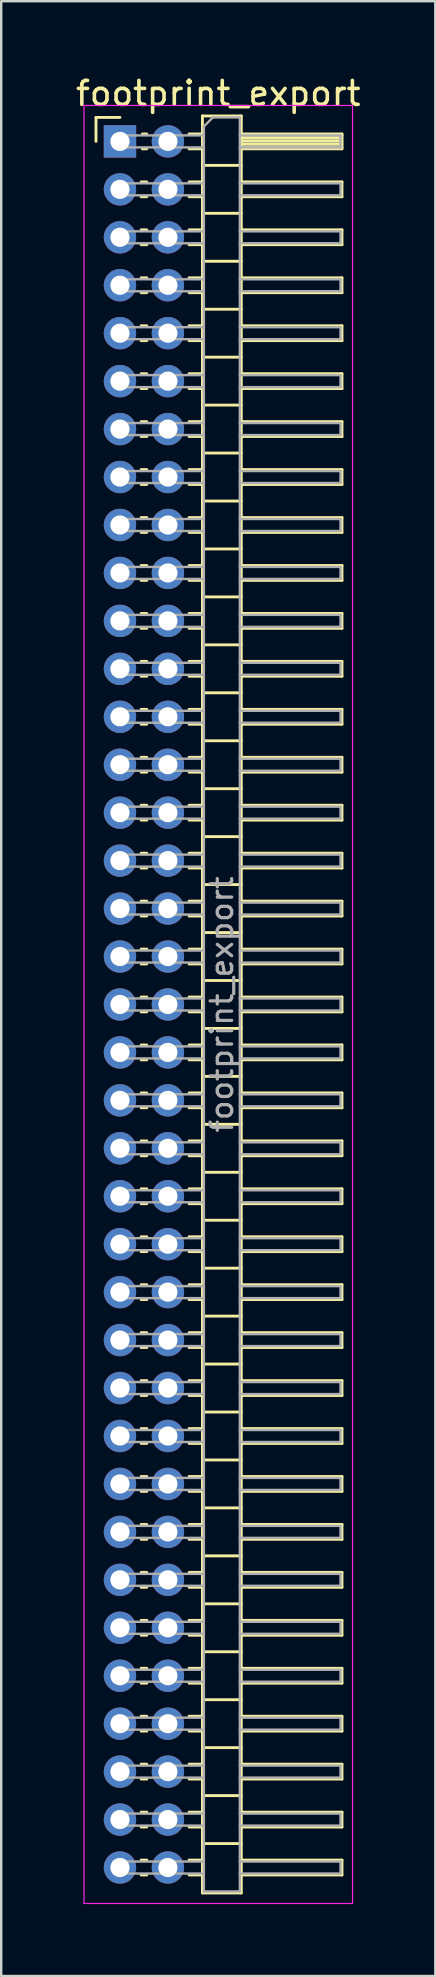
<source format=kicad_pcb>
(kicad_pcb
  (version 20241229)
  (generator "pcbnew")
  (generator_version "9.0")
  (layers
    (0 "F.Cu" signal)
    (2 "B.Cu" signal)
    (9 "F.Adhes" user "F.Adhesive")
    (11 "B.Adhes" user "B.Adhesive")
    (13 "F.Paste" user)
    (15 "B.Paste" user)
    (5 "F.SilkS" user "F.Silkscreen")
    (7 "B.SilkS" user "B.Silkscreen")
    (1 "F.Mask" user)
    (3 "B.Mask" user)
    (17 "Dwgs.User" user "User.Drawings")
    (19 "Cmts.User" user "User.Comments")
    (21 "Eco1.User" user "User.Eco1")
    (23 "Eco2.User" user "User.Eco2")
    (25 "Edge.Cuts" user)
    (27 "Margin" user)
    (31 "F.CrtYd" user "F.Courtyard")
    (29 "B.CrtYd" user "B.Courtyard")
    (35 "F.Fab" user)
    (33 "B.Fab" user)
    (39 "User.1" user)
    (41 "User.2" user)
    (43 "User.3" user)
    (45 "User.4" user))
  (footprint "footprint_export"
    (layer "F.Cu")
    (at 1.954 2.848)
    (property "Reference" "footprint_export" (at 4.1 -2 0) (layer "F.SilkS") (effects (font (size 1 1) (thickness 0.15))))
    (attr through_hole)
    (fp_line (start -1 -1) (end 0 -1) (stroke (width 0.12) (type solid)) (layer "F.SilkS"))
    (fp_line (start -1 0) (end -1 -1) (stroke (width 0.12) (type solid)) (layer "F.SilkS"))
    (fp_line (start 0.882 1.69) (end 1.118 1.69) (stroke (width 0.12) (type solid)) (layer "F.SilkS"))
    (fp_line (start 0.882 2.31) (end 1.118 2.31) (stroke (width 0.12) (type solid)) (layer "F.SilkS"))
    (fp_line (start 0.882 3.69) (end 1.118 3.69) (stroke (width 0.12) (type solid)) (layer "F.SilkS"))
    (fp_line (start 0.882 4.31) (end 1.118 4.31) (stroke (width 0.12) (type solid)) (layer "F.SilkS"))
    (fp_line (start 0.882 5.69) (end 1.118 5.69) (stroke (width 0.12) (type solid)) (layer "F.SilkS"))
    (fp_line (start 0.882 6.31) (end 1.118 6.31) (stroke (width 0.12) (type solid)) (layer "F.SilkS"))
    (fp_line (start 0.882 7.69) (end 1.118 7.69) (stroke (width 0.12) (type solid)) (layer "F.SilkS"))
    (fp_line (start 0.882 8.31) (end 1.118 8.31) (stroke (width 0.12) (type solid)) (layer "F.SilkS"))
    (fp_line (start 0.882 9.69) (end 1.118 9.69) (stroke (width 0.12) (type solid)) (layer "F.SilkS"))
    (fp_line (start 0.882 10.31) (end 1.118 10.31) (stroke (width 0.12) (type solid)) (layer "F.SilkS"))
    (fp_line (start 0.882 11.69) (end 1.118 11.69) (stroke (width 0.12) (type solid)) (layer "F.SilkS"))
    (fp_line (start 0.882 12.31) (end 1.118 12.31) (stroke (width 0.12) (type solid)) (layer "F.SilkS"))
    (fp_line (start 0.882 13.69) (end 1.118 13.69) (stroke (width 0.12) (type solid)) (layer "F.SilkS"))
    (fp_line (start 0.882 14.31) (end 1.118 14.31) (stroke (width 0.12) (type solid)) (layer "F.SilkS"))
    (fp_line (start 0.882 15.69) (end 1.118 15.69) (stroke (width 0.12) (type solid)) (layer "F.SilkS"))
    (fp_line (start 0.882 16.31) (end 1.118 16.31) (stroke (width 0.12) (type solid)) (layer "F.SilkS"))
    (fp_line (start 0.882 17.69) (end 1.118 17.69) (stroke (width 0.12) (type solid)) (layer "F.SilkS"))
    (fp_line (start 0.882 18.31) (end 1.118 18.31) (stroke (width 0.12) (type solid)) (layer "F.SilkS"))
    (fp_line (start 0.882 19.69) (end 1.118 19.69) (stroke (width 0.12) (type solid)) (layer "F.SilkS"))
    (fp_line (start 0.882 20.31) (end 1.118 20.31) (stroke (width 0.12) (type solid)) (layer "F.SilkS"))
    (fp_line (start 0.882 21.69) (end 1.118 21.69) (stroke (width 0.12) (type solid)) (layer "F.SilkS"))
    (fp_line (start 0.882 22.31) (end 1.118 22.31) (stroke (width 0.12) (type solid)) (layer "F.SilkS"))
    (fp_line (start 0.882 23.69) (end 1.118 23.69) (stroke (width 0.12) (type solid)) (layer "F.SilkS"))
    (fp_line (start 0.882 24.31) (end 1.118 24.31) (stroke (width 0.12) (type solid)) (layer "F.SilkS"))
    (fp_line (start 0.882 25.69) (end 1.118 25.69) (stroke (width 0.12) (type solid)) (layer "F.SilkS"))
    (fp_line (start 0.882 26.31) (end 1.118 26.31) (stroke (width 0.12) (type solid)) (layer "F.SilkS"))
    (fp_line (start 0.882 27.69) (end 1.118 27.69) (stroke (width 0.12) (type solid)) (layer "F.SilkS"))
    (fp_line (start 0.882 28.31) (end 1.118 28.31) (stroke (width 0.12) (type solid)) (layer "F.SilkS"))
    (fp_line (start 0.882 29.69) (end 1.118 29.69) (stroke (width 0.12) (type solid)) (layer "F.SilkS"))
    (fp_line (start 0.882 30.31) (end 1.118 30.31) (stroke (width 0.12) (type solid)) (layer "F.SilkS"))
    (fp_line (start 0.882 31.69) (end 1.118 31.69) (stroke (width 0.12) (type solid)) (layer "F.SilkS"))
    (fp_line (start 0.882 32.31) (end 1.118 32.31) (stroke (width 0.12) (type solid)) (layer "F.SilkS"))
    (fp_line (start 0.882 33.69) (end 1.118 33.69) (stroke (width 0.12) (type solid)) (layer "F.SilkS"))
    (fp_line (start 0.882 34.31) (end 1.118 34.31) (stroke (width 0.12) (type solid)) (layer "F.SilkS"))
    (fp_line (start 0.882 35.69) (end 1.118 35.69) (stroke (width 0.12) (type solid)) (layer "F.SilkS"))
    (fp_line (start 0.882 36.31) (end 1.118 36.31) (stroke (width 0.12) (type solid)) (layer "F.SilkS"))
    (fp_line (start 0.882 37.69) (end 1.118 37.69) (stroke (width 0.12) (type solid)) (layer "F.SilkS"))
    (fp_line (start 0.882 38.31) (end 1.118 38.31) (stroke (width 0.12) (type solid)) (layer "F.SilkS"))
    (fp_line (start 0.882 39.69) (end 1.118 39.69) (stroke (width 0.12) (type solid)) (layer "F.SilkS"))
    (fp_line (start 0.882 40.31) (end 1.118 40.31) (stroke (width 0.12) (type solid)) (layer "F.SilkS"))
    (fp_line (start 0.882 41.69) (end 1.118 41.69) (stroke (width 0.12) (type solid)) (layer "F.SilkS"))
    (fp_line (start 0.882 42.31) (end 1.118 42.31) (stroke (width 0.12) (type solid)) (layer "F.SilkS"))
    (fp_line (start 0.882 43.69) (end 1.118 43.69) (stroke (width 0.12) (type solid)) (layer "F.SilkS"))
    (fp_line (start 0.882 44.31) (end 1.118 44.31) (stroke (width 0.12) (type solid)) (layer "F.SilkS"))
    (fp_line (start 0.882 45.69) (end 1.118 45.69) (stroke (width 0.12) (type solid)) (layer "F.SilkS"))
    (fp_line (start 0.882 46.31) (end 1.118 46.31) (stroke (width 0.12) (type solid)) (layer "F.SilkS"))
    (fp_line (start 0.882 47.69) (end 1.118 47.69) (stroke (width 0.12) (type solid)) (layer "F.SilkS"))
    (fp_line (start 0.882 48.31) (end 1.118 48.31) (stroke (width 0.12) (type solid)) (layer "F.SilkS"))
    (fp_line (start 0.882 49.69) (end 1.118 49.69) (stroke (width 0.12) (type solid)) (layer "F.SilkS"))
    (fp_line (start 0.882 50.31) (end 1.118 50.31) (stroke (width 0.12) (type solid)) (layer "F.SilkS"))
    (fp_line (start 0.882 51.69) (end 1.118 51.69) (stroke (width 0.12) (type solid)) (layer "F.SilkS"))
    (fp_line (start 0.882 52.31) (end 1.118 52.31) (stroke (width 0.12) (type solid)) (layer "F.SilkS"))
    (fp_line (start 0.882 53.69) (end 1.118 53.69) (stroke (width 0.12) (type solid)) (layer "F.SilkS"))
    (fp_line (start 0.882 54.31) (end 1.118 54.31) (stroke (width 0.12) (type solid)) (layer "F.SilkS"))
    (fp_line (start 0.882 55.69) (end 1.118 55.69) (stroke (width 0.12) (type solid)) (layer "F.SilkS"))
    (fp_line (start 0.882 56.31) (end 1.118 56.31) (stroke (width 0.12) (type solid)) (layer "F.SilkS"))
    (fp_line (start 0.882 57.69) (end 1.118 57.69) (stroke (width 0.12) (type solid)) (layer "F.SilkS"))
    (fp_line (start 0.882 58.31) (end 1.118 58.31) (stroke (width 0.12) (type solid)) (layer "F.SilkS"))
    (fp_line (start 0.882 59.69) (end 1.118 59.69) (stroke (width 0.12) (type solid)) (layer "F.SilkS"))
    (fp_line (start 0.882 60.31) (end 1.118 60.31) (stroke (width 0.12) (type solid)) (layer "F.SilkS"))
    (fp_line (start 0.882 61.69) (end 1.118 61.69) (stroke (width 0.12) (type solid)) (layer "F.SilkS"))
    (fp_line (start 0.882 62.31) (end 1.118 62.31) (stroke (width 0.12) (type solid)) (layer "F.SilkS"))
    (fp_line (start 0.882 63.69) (end 1.118 63.69) (stroke (width 0.12) (type solid)) (layer "F.SilkS"))
    (fp_line (start 0.882 64.31) (end 1.118 64.31) (stroke (width 0.12) (type solid)) (layer "F.SilkS"))
    (fp_line (start 0.882 65.69) (end 1.118 65.69) (stroke (width 0.12) (type solid)) (layer "F.SilkS"))
    (fp_line (start 0.882 66.31) (end 1.118 66.31) (stroke (width 0.12) (type solid)) (layer "F.SilkS"))
    (fp_line (start 0.882 67.69) (end 1.118 67.69) (stroke (width 0.12) (type solid)) (layer "F.SilkS"))
    (fp_line (start 0.882 68.31) (end 1.118 68.31) (stroke (width 0.12) (type solid)) (layer "F.SilkS"))
    (fp_line (start 0.882 69.69) (end 1.118 69.69) (stroke (width 0.12) (type solid)) (layer "F.SilkS"))
    (fp_line (start 0.882 70.31) (end 1.118 70.31) (stroke (width 0.12) (type solid)) (layer "F.SilkS"))
    (fp_line (start 0.882 71.69) (end 1.118 71.69) (stroke (width 0.12) (type solid)) (layer "F.SilkS"))
    (fp_line (start 0.882 72.31) (end 1.118 72.31) (stroke (width 0.12) (type solid)) (layer "F.SilkS"))
    (fp_line (start 0.935 -0.31) (end 1.118 -0.31) (stroke (width 0.12) (type solid)) (layer "F.SilkS"))
    (fp_line (start 0.935 0.31) (end 1.118 0.31) (stroke (width 0.12) (type solid)) (layer "F.SilkS"))
    (fp_line (start 2.882 -0.31) (end 3.44 -0.31) (stroke (width 0.12) (type solid)) (layer "F.SilkS"))
    (fp_line (start 2.882 0.31) (end 3.44 0.31) (stroke (width 0.12) (type solid)) (layer "F.SilkS"))
    (fp_line (start 2.882 1.69) (end 3.44 1.69) (stroke (width 0.12) (type solid)) (layer "F.SilkS"))
    (fp_line (start 2.882 2.31) (end 3.44 2.31) (stroke (width 0.12) (type solid)) (layer "F.SilkS"))
    (fp_line (start 2.882 3.69) (end 3.44 3.69) (stroke (width 0.12) (type solid)) (layer "F.SilkS"))
    (fp_line (start 2.882 4.31) (end 3.44 4.31) (stroke (width 0.12) (type solid)) (layer "F.SilkS"))
    (fp_line (start 2.882 5.69) (end 3.44 5.69) (stroke (width 0.12) (type solid)) (layer "F.SilkS"))
    (fp_line (start 2.882 6.31) (end 3.44 6.31) (stroke (width 0.12) (type solid)) (layer "F.SilkS"))
    (fp_line (start 2.882 7.69) (end 3.44 7.69) (stroke (width 0.12) (type solid)) (layer "F.SilkS"))
    (fp_line (start 2.882 8.31) (end 3.44 8.31) (stroke (width 0.12) (type solid)) (layer "F.SilkS"))
    (fp_line (start 2.882 9.69) (end 3.44 9.69) (stroke (width 0.12) (type solid)) (layer "F.SilkS"))
    (fp_line (start 2.882 10.31) (end 3.44 10.31) (stroke (width 0.12) (type solid)) (layer "F.SilkS"))
    (fp_line (start 2.882 11.69) (end 3.44 11.69) (stroke (width 0.12) (type solid)) (layer "F.SilkS"))
    (fp_line (start 2.882 12.31) (end 3.44 12.31) (stroke (width 0.12) (type solid)) (layer "F.SilkS"))
    (fp_line (start 2.882 13.69) (end 3.44 13.69) (stroke (width 0.12) (type solid)) (layer "F.SilkS"))
    (fp_line (start 2.882 14.31) (end 3.44 14.31) (stroke (width 0.12) (type solid)) (layer "F.SilkS"))
    (fp_line (start 2.882 15.69) (end 3.44 15.69) (stroke (width 0.12) (type solid)) (layer "F.SilkS"))
    (fp_line (start 2.882 16.31) (end 3.44 16.31) (stroke (width 0.12) (type solid)) (layer "F.SilkS"))
    (fp_line (start 2.882 17.69) (end 3.44 17.69) (stroke (width 0.12) (type solid)) (layer "F.SilkS"))
    (fp_line (start 2.882 18.31) (end 3.44 18.31) (stroke (width 0.12) (type solid)) (layer "F.SilkS"))
    (fp_line (start 2.882 19.69) (end 3.44 19.69) (stroke (width 0.12) (type solid)) (layer "F.SilkS"))
    (fp_line (start 2.882 20.31) (end 3.44 20.31) (stroke (width 0.12) (type solid)) (layer "F.SilkS"))
    (fp_line (start 2.882 21.69) (end 3.44 21.69) (stroke (width 0.12) (type solid)) (layer "F.SilkS"))
    (fp_line (start 2.882 22.31) (end 3.44 22.31) (stroke (width 0.12) (type solid)) (layer "F.SilkS"))
    (fp_line (start 2.882 23.69) (end 3.44 23.69) (stroke (width 0.12) (type solid)) (layer "F.SilkS"))
    (fp_line (start 2.882 24.31) (end 3.44 24.31) (stroke (width 0.12) (type solid)) (layer "F.SilkS"))
    (fp_line (start 2.882 25.69) (end 3.44 25.69) (stroke (width 0.12) (type solid)) (layer "F.SilkS"))
    (fp_line (start 2.882 26.31) (end 3.44 26.31) (stroke (width 0.12) (type solid)) (layer "F.SilkS"))
    (fp_line (start 2.882 27.69) (end 3.44 27.69) (stroke (width 0.12) (type solid)) (layer "F.SilkS"))
    (fp_line (start 2.882 28.31) (end 3.44 28.31) (stroke (width 0.12) (type solid)) (layer "F.SilkS"))
    (fp_line (start 2.882 29.69) (end 3.44 29.69) (stroke (width 0.12) (type solid)) (layer "F.SilkS"))
    (fp_line (start 2.882 30.31) (end 3.44 30.31) (stroke (width 0.12) (type solid)) (layer "F.SilkS"))
    (fp_line (start 2.882 31.69) (end 3.44 31.69) (stroke (width 0.12) (type solid)) (layer "F.SilkS"))
    (fp_line (start 2.882 32.31) (end 3.44 32.31) (stroke (width 0.12) (type solid)) (layer "F.SilkS"))
    (fp_line (start 2.882 33.69) (end 3.44 33.69) (stroke (width 0.12) (type solid)) (layer "F.SilkS"))
    (fp_line (start 2.882 34.31) (end 3.44 34.31) (stroke (width 0.12) (type solid)) (layer "F.SilkS"))
    (fp_line (start 2.882 35.69) (end 3.44 35.69) (stroke (width 0.12) (type solid)) (layer "F.SilkS"))
    (fp_line (start 2.882 36.31) (end 3.44 36.31) (stroke (width 0.12) (type solid)) (layer "F.SilkS"))
    (fp_line (start 2.882 37.69) (end 3.44 37.69) (stroke (width 0.12) (type solid)) (layer "F.SilkS"))
    (fp_line (start 2.882 38.31) (end 3.44 38.31) (stroke (width 0.12) (type solid)) (layer "F.SilkS"))
    (fp_line (start 2.882 39.69) (end 3.44 39.69) (stroke (width 0.12) (type solid)) (layer "F.SilkS"))
    (fp_line (start 2.882 40.31) (end 3.44 40.31) (stroke (width 0.12) (type solid)) (layer "F.SilkS"))
    (fp_line (start 2.882 41.69) (end 3.44 41.69) (stroke (width 0.12) (type solid)) (layer "F.SilkS"))
    (fp_line (start 2.882 42.31) (end 3.44 42.31) (stroke (width 0.12) (type solid)) (layer "F.SilkS"))
    (fp_line (start 2.882 43.69) (end 3.44 43.69) (stroke (width 0.12) (type solid)) (layer "F.SilkS"))
    (fp_line (start 2.882 44.31) (end 3.44 44.31) (stroke (width 0.12) (type solid)) (layer "F.SilkS"))
    (fp_line (start 2.882 45.69) (end 3.44 45.69) (stroke (width 0.12) (type solid)) (layer "F.SilkS"))
    (fp_line (start 2.882 46.31) (end 3.44 46.31) (stroke (width 0.12) (type solid)) (layer "F.SilkS"))
    (fp_line (start 2.882 47.69) (end 3.44 47.69) (stroke (width 0.12) (type solid)) (layer "F.SilkS"))
    (fp_line (start 2.882 48.31) (end 3.44 48.31) (stroke (width 0.12) (type solid)) (layer "F.SilkS"))
    (fp_line (start 2.882 49.69) (end 3.44 49.69) (stroke (width 0.12) (type solid)) (layer "F.SilkS"))
    (fp_line (start 2.882 50.31) (end 3.44 50.31) (stroke (width 0.12) (type solid)) (layer "F.SilkS"))
    (fp_line (start 2.882 51.69) (end 3.44 51.69) (stroke (width 0.12) (type solid)) (layer "F.SilkS"))
    (fp_line (start 2.882 52.31) (end 3.44 52.31) (stroke (width 0.12) (type solid)) (layer "F.SilkS"))
    (fp_line (start 2.882 53.69) (end 3.44 53.69) (stroke (width 0.12) (type solid)) (layer "F.SilkS"))
    (fp_line (start 2.882 54.31) (end 3.44 54.31) (stroke (width 0.12) (type solid)) (layer "F.SilkS"))
    (fp_line (start 2.882 55.69) (end 3.44 55.69) (stroke (width 0.12) (type solid)) (layer "F.SilkS"))
    (fp_line (start 2.882 56.31) (end 3.44 56.31) (stroke (width 0.12) (type solid)) (layer "F.SilkS"))
    (fp_line (start 2.882 57.69) (end 3.44 57.69) (stroke (width 0.12) (type solid)) (layer "F.SilkS"))
    (fp_line (start 2.882 58.31) (end 3.44 58.31) (stroke (width 0.12) (type solid)) (layer "F.SilkS"))
    (fp_line (start 2.882 59.69) (end 3.44 59.69) (stroke (width 0.12) (type solid)) (layer "F.SilkS"))
    (fp_line (start 2.882 60.31) (end 3.44 60.31) (stroke (width 0.12) (type solid)) (layer "F.SilkS"))
    (fp_line (start 2.882 61.69) (end 3.44 61.69) (stroke (width 0.12) (type solid)) (layer "F.SilkS"))
    (fp_line (start 2.882 62.31) (end 3.44 62.31) (stroke (width 0.12) (type solid)) (layer "F.SilkS"))
    (fp_line (start 2.882 63.69) (end 3.44 63.69) (stroke (width 0.12) (type solid)) (layer "F.SilkS"))
    (fp_line (start 2.882 64.31) (end 3.44 64.31) (stroke (width 0.12) (type solid)) (layer "F.SilkS"))
    (fp_line (start 2.882 65.69) (end 3.44 65.69) (stroke (width 0.12) (type solid)) (layer "F.SilkS"))
    (fp_line (start 2.882 66.31) (end 3.44 66.31) (stroke (width 0.12) (type solid)) (layer "F.SilkS"))
    (fp_line (start 2.882 67.69) (end 3.44 67.69) (stroke (width 0.12) (type solid)) (layer "F.SilkS"))
    (fp_line (start 2.882 68.31) (end 3.44 68.31) (stroke (width 0.12) (type solid)) (layer "F.SilkS"))
    (fp_line (start 2.882 69.69) (end 3.44 69.69) (stroke (width 0.12) (type solid)) (layer "F.SilkS"))
    (fp_line (start 2.882 70.31) (end 3.44 70.31) (stroke (width 0.12) (type solid)) (layer "F.SilkS"))
    (fp_line (start 2.882 71.69) (end 3.44 71.69) (stroke (width 0.12) (type solid)) (layer "F.SilkS"))
    (fp_line (start 2.882 72.31) (end 3.44 72.31) (stroke (width 0.12) (type solid)) (layer "F.SilkS"))
    (fp_line (start 3.44 -1.06) (end 3.44 73.06) (stroke (width 0.12) (type solid)) (layer "F.SilkS"))
    (fp_line (start 3.44 1) (end 5.06 1) (stroke (width 0.12) (type solid)) (layer "F.SilkS"))
    (fp_line (start 3.44 3) (end 5.06 3) (stroke (width 0.12) (type solid)) (layer "F.SilkS"))
    (fp_line (start 3.44 5) (end 5.06 5) (stroke (width 0.12) (type solid)) (layer "F.SilkS"))
    (fp_line (start 3.44 7) (end 5.06 7) (stroke (width 0.12) (type solid)) (layer "F.SilkS"))
    (fp_line (start 3.44 9) (end 5.06 9) (stroke (width 0.12) (type solid)) (layer "F.SilkS"))
    (fp_line (start 3.44 11) (end 5.06 11) (stroke (width 0.12) (type solid)) (layer "F.SilkS"))
    (fp_line (start 3.44 13) (end 5.06 13) (stroke (width 0.12) (type solid)) (layer "F.SilkS"))
    (fp_line (start 3.44 15) (end 5.06 15) (stroke (width 0.12) (type solid)) (layer "F.SilkS"))
    (fp_line (start 3.44 17) (end 5.06 17) (stroke (width 0.12) (type solid)) (layer "F.SilkS"))
    (fp_line (start 3.44 19) (end 5.06 19) (stroke (width 0.12) (type solid)) (layer "F.SilkS"))
    (fp_line (start 3.44 21) (end 5.06 21) (stroke (width 0.12) (type solid)) (layer "F.SilkS"))
    (fp_line (start 3.44 23) (end 5.06 23) (stroke (width 0.12) (type solid)) (layer "F.SilkS"))
    (fp_line (start 3.44 25) (end 5.06 25) (stroke (width 0.12) (type solid)) (layer "F.SilkS"))
    (fp_line (start 3.44 27) (end 5.06 27) (stroke (width 0.12) (type solid)) (layer "F.SilkS"))
    (fp_line (start 3.44 29) (end 5.06 29) (stroke (width 0.12) (type solid)) (layer "F.SilkS"))
    (fp_line (start 3.44 31) (end 5.06 31) (stroke (width 0.12) (type solid)) (layer "F.SilkS"))
    (fp_line (start 3.44 33) (end 5.06 33) (stroke (width 0.12) (type solid)) (layer "F.SilkS"))
    (fp_line (start 3.44 35) (end 5.06 35) (stroke (width 0.12) (type solid)) (layer "F.SilkS"))
    (fp_line (start 3.44 37) (end 5.06 37) (stroke (width 0.12) (type solid)) (layer "F.SilkS"))
    (fp_line (start 3.44 39) (end 5.06 39) (stroke (width 0.12) (type solid)) (layer "F.SilkS"))
    (fp_line (start 3.44 41) (end 5.06 41) (stroke (width 0.12) (type solid)) (layer "F.SilkS"))
    (fp_line (start 3.44 43) (end 5.06 43) (stroke (width 0.12) (type solid)) (layer "F.SilkS"))
    (fp_line (start 3.44 45) (end 5.06 45) (stroke (width 0.12) (type solid)) (layer "F.SilkS"))
    (fp_line (start 3.44 47) (end 5.06 47) (stroke (width 0.12) (type solid)) (layer "F.SilkS"))
    (fp_line (start 3.44 49) (end 5.06 49) (stroke (width 0.12) (type solid)) (layer "F.SilkS"))
    (fp_line (start 3.44 51) (end 5.06 51) (stroke (width 0.12) (type solid)) (layer "F.SilkS"))
    (fp_line (start 3.44 53) (end 5.06 53) (stroke (width 0.12) (type solid)) (layer "F.SilkS"))
    (fp_line (start 3.44 55) (end 5.06 55) (stroke (width 0.12) (type solid)) (layer "F.SilkS"))
    (fp_line (start 3.44 57) (end 5.06 57) (stroke (width 0.12) (type solid)) (layer "F.SilkS"))
    (fp_line (start 3.44 59) (end 5.06 59) (stroke (width 0.12) (type solid)) (layer "F.SilkS"))
    (fp_line (start 3.44 61) (end 5.06 61) (stroke (width 0.12) (type solid)) (layer "F.SilkS"))
    (fp_line (start 3.44 63) (end 5.06 63) (stroke (width 0.12) (type solid)) (layer "F.SilkS"))
    (fp_line (start 3.44 65) (end 5.06 65) (stroke (width 0.12) (type solid)) (layer "F.SilkS"))
    (fp_line (start 3.44 67) (end 5.06 67) (stroke (width 0.12) (type solid)) (layer "F.SilkS"))
    (fp_line (start 3.44 69) (end 5.06 69) (stroke (width 0.12) (type solid)) (layer "F.SilkS"))
    (fp_line (start 3.44 71) (end 5.06 71) (stroke (width 0.12) (type solid)) (layer "F.SilkS"))
    (fp_line (start 3.44 73.06) (end 5.06 73.06) (stroke (width 0.12) (type solid)) (layer "F.SilkS"))
    (fp_line (start 5.06 -1.06) (end 3.44 -1.06) (stroke (width 0.12) (type solid)) (layer "F.SilkS"))
    (fp_line (start 5.06 -0.31) (end 9.26 -0.31) (stroke (width 0.12) (type solid)) (layer "F.SilkS"))
    (fp_line (start 5.06 -0.25) (end 9.26 -0.25) (stroke (width 0.12) (type solid)) (layer "F.SilkS"))
    (fp_line (start 5.06 -0.13) (end 9.26 -0.13) (stroke (width 0.12) (type solid)) (layer "F.SilkS"))
    (fp_line (start 5.06 -0.01) (end 9.26 -0.01) (stroke (width 0.12) (type solid)) (layer "F.SilkS"))
    (fp_line (start 5.06 0.11) (end 9.26 0.11) (stroke (width 0.12) (type solid)) (layer "F.SilkS"))
    (fp_line (start 5.06 0.23) (end 9.26 0.23) (stroke (width 0.12) (type solid)) (layer "F.SilkS"))
    (fp_line (start 5.06 1.69) (end 9.26 1.69) (stroke (width 0.12) (type solid)) (layer "F.SilkS"))
    (fp_line (start 5.06 3.69) (end 9.26 3.69) (stroke (width 0.12) (type solid)) (layer "F.SilkS"))
    (fp_line (start 5.06 5.69) (end 9.26 5.69) (stroke (width 0.12) (type solid)) (layer "F.SilkS"))
    (fp_line (start 5.06 7.69) (end 9.26 7.69) (stroke (width 0.12) (type solid)) (layer "F.SilkS"))
    (fp_line (start 5.06 9.69) (end 9.26 9.69) (stroke (width 0.12) (type solid)) (layer "F.SilkS"))
    (fp_line (start 5.06 11.69) (end 9.26 11.69) (stroke (width 0.12) (type solid)) (layer "F.SilkS"))
    (fp_line (start 5.06 13.69) (end 9.26 13.69) (stroke (width 0.12) (type solid)) (layer "F.SilkS"))
    (fp_line (start 5.06 15.69) (end 9.26 15.69) (stroke (width 0.12) (type solid)) (layer "F.SilkS"))
    (fp_line (start 5.06 17.69) (end 9.26 17.69) (stroke (width 0.12) (type solid)) (layer "F.SilkS"))
    (fp_line (start 5.06 19.69) (end 9.26 19.69) (stroke (width 0.12) (type solid)) (layer "F.SilkS"))
    (fp_line (start 5.06 21.69) (end 9.26 21.69) (stroke (width 0.12) (type solid)) (layer "F.SilkS"))
    (fp_line (start 5.06 23.69) (end 9.26 23.69) (stroke (width 0.12) (type solid)) (layer "F.SilkS"))
    (fp_line (start 5.06 25.69) (end 9.26 25.69) (stroke (width 0.12) (type solid)) (layer "F.SilkS"))
    (fp_line (start 5.06 27.69) (end 9.26 27.69) (stroke (width 0.12) (type solid)) (layer "F.SilkS"))
    (fp_line (start 5.06 29.69) (end 9.26 29.69) (stroke (width 0.12) (type solid)) (layer "F.SilkS"))
    (fp_line (start 5.06 31.69) (end 9.26 31.69) (stroke (width 0.12) (type solid)) (layer "F.SilkS"))
    (fp_line (start 5.06 33.69) (end 9.26 33.69) (stroke (width 0.12) (type solid)) (layer "F.SilkS"))
    (fp_line (start 5.06 35.69) (end 9.26 35.69) (stroke (width 0.12) (type solid)) (layer "F.SilkS"))
    (fp_line (start 5.06 37.69) (end 9.26 37.69) (stroke (width 0.12) (type solid)) (layer "F.SilkS"))
    (fp_line (start 5.06 39.69) (end 9.26 39.69) (stroke (width 0.12) (type solid)) (layer "F.SilkS"))
    (fp_line (start 5.06 41.69) (end 9.26 41.69) (stroke (width 0.12) (type solid)) (layer "F.SilkS"))
    (fp_line (start 5.06 43.69) (end 9.26 43.69) (stroke (width 0.12) (type solid)) (layer "F.SilkS"))
    (fp_line (start 5.06 45.69) (end 9.26 45.69) (stroke (width 0.12) (type solid)) (layer "F.SilkS"))
    (fp_line (start 5.06 47.69) (end 9.26 47.69) (stroke (width 0.12) (type solid)) (layer "F.SilkS"))
    (fp_line (start 5.06 49.69) (end 9.26 49.69) (stroke (width 0.12) (type solid)) (layer "F.SilkS"))
    (fp_line (start 5.06 51.69) (end 9.26 51.69) (stroke (width 0.12) (type solid)) (layer "F.SilkS"))
    (fp_line (start 5.06 53.69) (end 9.26 53.69) (stroke (width 0.12) (type solid)) (layer "F.SilkS"))
    (fp_line (start 5.06 55.69) (end 9.26 55.69) (stroke (width 0.12) (type solid)) (layer "F.SilkS"))
    (fp_line (start 5.06 57.69) (end 9.26 57.69) (stroke (width 0.12) (type solid)) (layer "F.SilkS"))
    (fp_line (start 5.06 59.69) (end 9.26 59.69) (stroke (width 0.12) (type solid)) (layer "F.SilkS"))
    (fp_line (start 5.06 61.69) (end 9.26 61.69) (stroke (width 0.12) (type solid)) (layer "F.SilkS"))
    (fp_line (start 5.06 63.69) (end 9.26 63.69) (stroke (width 0.12) (type solid)) (layer "F.SilkS"))
    (fp_line (start 5.06 65.69) (end 9.26 65.69) (stroke (width 0.12) (type solid)) (layer "F.SilkS"))
    (fp_line (start 5.06 67.69) (end 9.26 67.69) (stroke (width 0.12) (type solid)) (layer "F.SilkS"))
    (fp_line (start 5.06 69.69) (end 9.26 69.69) (stroke (width 0.12) (type solid)) (layer "F.SilkS"))
    (fp_line (start 5.06 71.69) (end 9.26 71.69) (stroke (width 0.12) (type solid)) (layer "F.SilkS"))
    (fp_line (start 5.06 73.06) (end 5.06 -1.06) (stroke (width 0.12) (type solid)) (layer "F.SilkS"))
    (fp_line (start 9.26 -0.31) (end 9.26 0.31) (stroke (width 0.12) (type solid)) (layer "F.SilkS"))
    (fp_line (start 9.26 0.31) (end 5.06 0.31) (stroke (width 0.12) (type solid)) (layer "F.SilkS"))
    (fp_line (start 9.26 1.69) (end 9.26 2.31) (stroke (width 0.12) (type solid)) (layer "F.SilkS"))
    (fp_line (start 9.26 2.31) (end 5.06 2.31) (stroke (width 0.12) (type solid)) (layer "F.SilkS"))
    (fp_line (start 9.26 3.69) (end 9.26 4.31) (stroke (width 0.12) (type solid)) (layer "F.SilkS"))
    (fp_line (start 9.26 4.31) (end 5.06 4.31) (stroke (width 0.12) (type solid)) (layer "F.SilkS"))
    (fp_line (start 9.26 5.69) (end 9.26 6.31) (stroke (width 0.12) (type solid)) (layer "F.SilkS"))
    (fp_line (start 9.26 6.31) (end 5.06 6.31) (stroke (width 0.12) (type solid)) (layer "F.SilkS"))
    (fp_line (start 9.26 7.69) (end 9.26 8.31) (stroke (width 0.12) (type solid)) (layer "F.SilkS"))
    (fp_line (start 9.26 8.31) (end 5.06 8.31) (stroke (width 0.12) (type solid)) (layer "F.SilkS"))
    (fp_line (start 9.26 9.69) (end 9.26 10.31) (stroke (width 0.12) (type solid)) (layer "F.SilkS"))
    (fp_line (start 9.26 10.31) (end 5.06 10.31) (stroke (width 0.12) (type solid)) (layer "F.SilkS"))
    (fp_line (start 9.26 11.69) (end 9.26 12.31) (stroke (width 0.12) (type solid)) (layer "F.SilkS"))
    (fp_line (start 9.26 12.31) (end 5.06 12.31) (stroke (width 0.12) (type solid)) (layer "F.SilkS"))
    (fp_line (start 9.26 13.69) (end 9.26 14.31) (stroke (width 0.12) (type solid)) (layer "F.SilkS"))
    (fp_line (start 9.26 14.31) (end 5.06 14.31) (stroke (width 0.12) (type solid)) (layer "F.SilkS"))
    (fp_line (start 9.26 15.69) (end 9.26 16.31) (stroke (width 0.12) (type solid)) (layer "F.SilkS"))
    (fp_line (start 9.26 16.31) (end 5.06 16.31) (stroke (width 0.12) (type solid)) (layer "F.SilkS"))
    (fp_line (start 9.26 17.69) (end 9.26 18.31) (stroke (width 0.12) (type solid)) (layer "F.SilkS"))
    (fp_line (start 9.26 18.31) (end 5.06 18.31) (stroke (width 0.12) (type solid)) (layer "F.SilkS"))
    (fp_line (start 9.26 19.69) (end 9.26 20.31) (stroke (width 0.12) (type solid)) (layer "F.SilkS"))
    (fp_line (start 9.26 20.31) (end 5.06 20.31) (stroke (width 0.12) (type solid)) (layer "F.SilkS"))
    (fp_line (start 9.26 21.69) (end 9.26 22.31) (stroke (width 0.12) (type solid)) (layer "F.SilkS"))
    (fp_line (start 9.26 22.31) (end 5.06 22.31) (stroke (width 0.12) (type solid)) (layer "F.SilkS"))
    (fp_line (start 9.26 23.69) (end 9.26 24.31) (stroke (width 0.12) (type solid)) (layer "F.SilkS"))
    (fp_line (start 9.26 24.31) (end 5.06 24.31) (stroke (width 0.12) (type solid)) (layer "F.SilkS"))
    (fp_line (start 9.26 25.69) (end 9.26 26.31) (stroke (width 0.12) (type solid)) (layer "F.SilkS"))
    (fp_line (start 9.26 26.31) (end 5.06 26.31) (stroke (width 0.12) (type solid)) (layer "F.SilkS"))
    (fp_line (start 9.26 27.69) (end 9.26 28.31) (stroke (width 0.12) (type solid)) (layer "F.SilkS"))
    (fp_line (start 9.26 28.31) (end 5.06 28.31) (stroke (width 0.12) (type solid)) (layer "F.SilkS"))
    (fp_line (start 9.26 29.69) (end 9.26 30.31) (stroke (width 0.12) (type solid)) (layer "F.SilkS"))
    (fp_line (start 9.26 30.31) (end 5.06 30.31) (stroke (width 0.12) (type solid)) (layer "F.SilkS"))
    (fp_line (start 9.26 31.69) (end 9.26 32.31) (stroke (width 0.12) (type solid)) (layer "F.SilkS"))
    (fp_line (start 9.26 32.31) (end 5.06 32.31) (stroke (width 0.12) (type solid)) (layer "F.SilkS"))
    (fp_line (start 9.26 33.69) (end 9.26 34.31) (stroke (width 0.12) (type solid)) (layer "F.SilkS"))
    (fp_line (start 9.26 34.31) (end 5.06 34.31) (stroke (width 0.12) (type solid)) (layer "F.SilkS"))
    (fp_line (start 9.26 35.69) (end 9.26 36.31) (stroke (width 0.12) (type solid)) (layer "F.SilkS"))
    (fp_line (start 9.26 36.31) (end 5.06 36.31) (stroke (width 0.12) (type solid)) (layer "F.SilkS"))
    (fp_line (start 9.26 37.69) (end 9.26 38.31) (stroke (width 0.12) (type solid)) (layer "F.SilkS"))
    (fp_line (start 9.26 38.31) (end 5.06 38.31) (stroke (width 0.12) (type solid)) (layer "F.SilkS"))
    (fp_line (start 9.26 39.69) (end 9.26 40.31) (stroke (width 0.12) (type solid)) (layer "F.SilkS"))
    (fp_line (start 9.26 40.31) (end 5.06 40.31) (stroke (width 0.12) (type solid)) (layer "F.SilkS"))
    (fp_line (start 9.26 41.69) (end 9.26 42.31) (stroke (width 0.12) (type solid)) (layer "F.SilkS"))
    (fp_line (start 9.26 42.31) (end 5.06 42.31) (stroke (width 0.12) (type solid)) (layer "F.SilkS"))
    (fp_line (start 9.26 43.69) (end 9.26 44.31) (stroke (width 0.12) (type solid)) (layer "F.SilkS"))
    (fp_line (start 9.26 44.31) (end 5.06 44.31) (stroke (width 0.12) (type solid)) (layer "F.SilkS"))
    (fp_line (start 9.26 45.69) (end 9.26 46.31) (stroke (width 0.12) (type solid)) (layer "F.SilkS"))
    (fp_line (start 9.26 46.31) (end 5.06 46.31) (stroke (width 0.12) (type solid)) (layer "F.SilkS"))
    (fp_line (start 9.26 47.69) (end 9.26 48.31) (stroke (width 0.12) (type solid)) (layer "F.SilkS"))
    (fp_line (start 9.26 48.31) (end 5.06 48.31) (stroke (width 0.12) (type solid)) (layer "F.SilkS"))
    (fp_line (start 9.26 49.69) (end 9.26 50.31) (stroke (width 0.12) (type solid)) (layer "F.SilkS"))
    (fp_line (start 9.26 50.31) (end 5.06 50.31) (stroke (width 0.12) (type solid)) (layer "F.SilkS"))
    (fp_line (start 9.26 51.69) (end 9.26 52.31) (stroke (width 0.12) (type solid)) (layer "F.SilkS"))
    (fp_line (start 9.26 52.31) (end 5.06 52.31) (stroke (width 0.12) (type solid)) (layer "F.SilkS"))
    (fp_line (start 9.26 53.69) (end 9.26 54.31) (stroke (width 0.12) (type solid)) (layer "F.SilkS"))
    (fp_line (start 9.26 54.31) (end 5.06 54.31) (stroke (width 0.12) (type solid)) (layer "F.SilkS"))
    (fp_line (start 9.26 55.69) (end 9.26 56.31) (stroke (width 0.12) (type solid)) (layer "F.SilkS"))
    (fp_line (start 9.26 56.31) (end 5.06 56.31) (stroke (width 0.12) (type solid)) (layer "F.SilkS"))
    (fp_line (start 9.26 57.69) (end 9.26 58.31) (stroke (width 0.12) (type solid)) (layer "F.SilkS"))
    (fp_line (start 9.26 58.31) (end 5.06 58.31) (stroke (width 0.12) (type solid)) (layer "F.SilkS"))
    (fp_line (start 9.26 59.69) (end 9.26 60.31) (stroke (width 0.12) (type solid)) (layer "F.SilkS"))
    (fp_line (start 9.26 60.31) (end 5.06 60.31) (stroke (width 0.12) (type solid)) (layer "F.SilkS"))
    (fp_line (start 9.26 61.69) (end 9.26 62.31) (stroke (width 0.12) (type solid)) (layer "F.SilkS"))
    (fp_line (start 9.26 62.31) (end 5.06 62.31) (stroke (width 0.12) (type solid)) (layer "F.SilkS"))
    (fp_line (start 9.26 63.69) (end 9.26 64.31) (stroke (width 0.12) (type solid)) (layer "F.SilkS"))
    (fp_line (start 9.26 64.31) (end 5.06 64.31) (stroke (width 0.12) (type solid)) (layer "F.SilkS"))
    (fp_line (start 9.26 65.69) (end 9.26 66.31) (stroke (width 0.12) (type solid)) (layer "F.SilkS"))
    (fp_line (start 9.26 66.31) (end 5.06 66.31) (stroke (width 0.12) (type solid)) (layer "F.SilkS"))
    (fp_line (start 9.26 67.69) (end 9.26 68.31) (stroke (width 0.12) (type solid)) (layer "F.SilkS"))
    (fp_line (start 9.26 68.31) (end 5.06 68.31) (stroke (width 0.12) (type solid)) (layer "F.SilkS"))
    (fp_line (start 9.26 69.69) (end 9.26 70.31) (stroke (width 0.12) (type solid)) (layer "F.SilkS"))
    (fp_line (start 9.26 70.31) (end 5.06 70.31) (stroke (width 0.12) (type solid)) (layer "F.SilkS"))
    (fp_line (start 9.26 71.69) (end 9.26 72.31) (stroke (width 0.12) (type solid)) (layer "F.SilkS"))
    (fp_line (start 9.26 72.31) (end 5.06 72.31) (stroke (width 0.12) (type solid)) (layer "F.SilkS"))
    (fp_line (start -1.5 -1.5) (end -1.5 73.5) (stroke (width 0.05) (type solid)) (layer "F.CrtYd"))
    (fp_line (start -1.5 73.5) (end 9.7 73.5) (stroke (width 0.05) (type solid)) (layer "F.CrtYd"))
    (fp_line (start 9.7 -1.5) (end -1.5 -1.5) (stroke (width 0.05) (type solid)) (layer "F.CrtYd"))
    (fp_line (start 9.7 73.5) (end 9.7 -1.5) (stroke (width 0.05) (type solid)) (layer "F.CrtYd"))
    (fp_line (start -0.25 -0.25) (end -0.25 0.25) (stroke (width 0.1) (type solid)) (layer "F.Fab"))
    (fp_line (start -0.25 -0.25) (end 3.5 -0.25) (stroke (width 0.1) (type solid)) (layer "F.Fab"))
    (fp_line (start -0.25 0.25) (end 3.5 0.25) (stroke (width 0.1) (type solid)) (layer "F.Fab"))
    (fp_line (start -0.25 1.75) (end -0.25 2.25) (stroke (width 0.1) (type solid)) (layer "F.Fab"))
    (fp_line (start -0.25 1.75) (end 3.5 1.75) (stroke (width 0.1) (type solid)) (layer "F.Fab"))
    (fp_line (start -0.25 2.25) (end 3.5 2.25) (stroke (width 0.1) (type solid)) (layer "F.Fab"))
    (fp_line (start -0.25 3.75) (end -0.25 4.25) (stroke (width 0.1) (type solid)) (layer "F.Fab"))
    (fp_line (start -0.25 3.75) (end 3.5 3.75) (stroke (width 0.1) (type solid)) (layer "F.Fab"))
    (fp_line (start -0.25 4.25) (end 3.5 4.25) (stroke (width 0.1) (type solid)) (layer "F.Fab"))
    (fp_line (start -0.25 5.75) (end -0.25 6.25) (stroke (width 0.1) (type solid)) (layer "F.Fab"))
    (fp_line (start -0.25 5.75) (end 3.5 5.75) (stroke (width 0.1) (type solid)) (layer "F.Fab"))
    (fp_line (start -0.25 6.25) (end 3.5 6.25) (stroke (width 0.1) (type solid)) (layer "F.Fab"))
    (fp_line (start -0.25 7.75) (end -0.25 8.25) (stroke (width 0.1) (type solid)) (layer "F.Fab"))
    (fp_line (start -0.25 7.75) (end 3.5 7.75) (stroke (width 0.1) (type solid)) (layer "F.Fab"))
    (fp_line (start -0.25 8.25) (end 3.5 8.25) (stroke (width 0.1) (type solid)) (layer "F.Fab"))
    (fp_line (start -0.25 9.75) (end -0.25 10.25) (stroke (width 0.1) (type solid)) (layer "F.Fab"))
    (fp_line (start -0.25 9.75) (end 3.5 9.75) (stroke (width 0.1) (type solid)) (layer "F.Fab"))
    (fp_line (start -0.25 10.25) (end 3.5 10.25) (stroke (width 0.1) (type solid)) (layer "F.Fab"))
    (fp_line (start -0.25 11.75) (end -0.25 12.25) (stroke (width 0.1) (type solid)) (layer "F.Fab"))
    (fp_line (start -0.25 11.75) (end 3.5 11.75) (stroke (width 0.1) (type solid)) (layer "F.Fab"))
    (fp_line (start -0.25 12.25) (end 3.5 12.25) (stroke (width 0.1) (type solid)) (layer "F.Fab"))
    (fp_line (start -0.25 13.75) (end -0.25 14.25) (stroke (width 0.1) (type solid)) (layer "F.Fab"))
    (fp_line (start -0.25 13.75) (end 3.5 13.75) (stroke (width 0.1) (type solid)) (layer "F.Fab"))
    (fp_line (start -0.25 14.25) (end 3.5 14.25) (stroke (width 0.1) (type solid)) (layer "F.Fab"))
    (fp_line (start -0.25 15.75) (end -0.25 16.25) (stroke (width 0.1) (type solid)) (layer "F.Fab"))
    (fp_line (start -0.25 15.75) (end 3.5 15.75) (stroke (width 0.1) (type solid)) (layer "F.Fab"))
    (fp_line (start -0.25 16.25) (end 3.5 16.25) (stroke (width 0.1) (type solid)) (layer "F.Fab"))
    (fp_line (start -0.25 17.75) (end -0.25 18.25) (stroke (width 0.1) (type solid)) (layer "F.Fab"))
    (fp_line (start -0.25 17.75) (end 3.5 17.75) (stroke (width 0.1) (type solid)) (layer "F.Fab"))
    (fp_line (start -0.25 18.25) (end 3.5 18.25) (stroke (width 0.1) (type solid)) (layer "F.Fab"))
    (fp_line (start -0.25 19.75) (end -0.25 20.25) (stroke (width 0.1) (type solid)) (layer "F.Fab"))
    (fp_line (start -0.25 19.75) (end 3.5 19.75) (stroke (width 0.1) (type solid)) (layer "F.Fab"))
    (fp_line (start -0.25 20.25) (end 3.5 20.25) (stroke (width 0.1) (type solid)) (layer "F.Fab"))
    (fp_line (start -0.25 21.75) (end -0.25 22.25) (stroke (width 0.1) (type solid)) (layer "F.Fab"))
    (fp_line (start -0.25 21.75) (end 3.5 21.75) (stroke (width 0.1) (type solid)) (layer "F.Fab"))
    (fp_line (start -0.25 22.25) (end 3.5 22.25) (stroke (width 0.1) (type solid)) (layer "F.Fab"))
    (fp_line (start -0.25 23.75) (end -0.25 24.25) (stroke (width 0.1) (type solid)) (layer "F.Fab"))
    (fp_line (start -0.25 23.75) (end 3.5 23.75) (stroke (width 0.1) (type solid)) (layer "F.Fab"))
    (fp_line (start -0.25 24.25) (end 3.5 24.25) (stroke (width 0.1) (type solid)) (layer "F.Fab"))
    (fp_line (start -0.25 25.75) (end -0.25 26.25) (stroke (width 0.1) (type solid)) (layer "F.Fab"))
    (fp_line (start -0.25 25.75) (end 3.5 25.75) (stroke (width 0.1) (type solid)) (layer "F.Fab"))
    (fp_line (start -0.25 26.25) (end 3.5 26.25) (stroke (width 0.1) (type solid)) (layer "F.Fab"))
    (fp_line (start -0.25 27.75) (end -0.25 28.25) (stroke (width 0.1) (type solid)) (layer "F.Fab"))
    (fp_line (start -0.25 27.75) (end 3.5 27.75) (stroke (width 0.1) (type solid)) (layer "F.Fab"))
    (fp_line (start -0.25 28.25) (end 3.5 28.25) (stroke (width 0.1) (type solid)) (layer "F.Fab"))
    (fp_line (start -0.25 29.75) (end -0.25 30.25) (stroke (width 0.1) (type solid)) (layer "F.Fab"))
    (fp_line (start -0.25 29.75) (end 3.5 29.75) (stroke (width 0.1) (type solid)) (layer "F.Fab"))
    (fp_line (start -0.25 30.25) (end 3.5 30.25) (stroke (width 0.1) (type solid)) (layer "F.Fab"))
    (fp_line (start -0.25 31.75) (end -0.25 32.25) (stroke (width 0.1) (type solid)) (layer "F.Fab"))
    (fp_line (start -0.25 31.75) (end 3.5 31.75) (stroke (width 0.1) (type solid)) (layer "F.Fab"))
    (fp_line (start -0.25 32.25) (end 3.5 32.25) (stroke (width 0.1) (type solid)) (layer "F.Fab"))
    (fp_line (start -0.25 33.75) (end -0.25 34.25) (stroke (width 0.1) (type solid)) (layer "F.Fab"))
    (fp_line (start -0.25 33.75) (end 3.5 33.75) (stroke (width 0.1) (type solid)) (layer "F.Fab"))
    (fp_line (start -0.25 34.25) (end 3.5 34.25) (stroke (width 0.1) (type solid)) (layer "F.Fab"))
    (fp_line (start -0.25 35.75) (end -0.25 36.25) (stroke (width 0.1) (type solid)) (layer "F.Fab"))
    (fp_line (start -0.25 35.75) (end 3.5 35.75) (stroke (width 0.1) (type solid)) (layer "F.Fab"))
    (fp_line (start -0.25 36.25) (end 3.5 36.25) (stroke (width 0.1) (type solid)) (layer "F.Fab"))
    (fp_line (start -0.25 37.75) (end -0.25 38.25) (stroke (width 0.1) (type solid)) (layer "F.Fab"))
    (fp_line (start -0.25 37.75) (end 3.5 37.75) (stroke (width 0.1) (type solid)) (layer "F.Fab"))
    (fp_line (start -0.25 38.25) (end 3.5 38.25) (stroke (width 0.1) (type solid)) (layer "F.Fab"))
    (fp_line (start -0.25 39.75) (end -0.25 40.25) (stroke (width 0.1) (type solid)) (layer "F.Fab"))
    (fp_line (start -0.25 39.75) (end 3.5 39.75) (stroke (width 0.1) (type solid)) (layer "F.Fab"))
    (fp_line (start -0.25 40.25) (end 3.5 40.25) (stroke (width 0.1) (type solid)) (layer "F.Fab"))
    (fp_line (start -0.25 41.75) (end -0.25 42.25) (stroke (width 0.1) (type solid)) (layer "F.Fab"))
    (fp_line (start -0.25 41.75) (end 3.5 41.75) (stroke (width 0.1) (type solid)) (layer "F.Fab"))
    (fp_line (start -0.25 42.25) (end 3.5 42.25) (stroke (width 0.1) (type solid)) (layer "F.Fab"))
    (fp_line (start -0.25 43.75) (end -0.25 44.25) (stroke (width 0.1) (type solid)) (layer "F.Fab"))
    (fp_line (start -0.25 43.75) (end 3.5 43.75) (stroke (width 0.1) (type solid)) (layer "F.Fab"))
    (fp_line (start -0.25 44.25) (end 3.5 44.25) (stroke (width 0.1) (type solid)) (layer "F.Fab"))
    (fp_line (start -0.25 45.75) (end -0.25 46.25) (stroke (width 0.1) (type solid)) (layer "F.Fab"))
    (fp_line (start -0.25 45.75) (end 3.5 45.75) (stroke (width 0.1) (type solid)) (layer "F.Fab"))
    (fp_line (start -0.25 46.25) (end 3.5 46.25) (stroke (width 0.1) (type solid)) (layer "F.Fab"))
    (fp_line (start -0.25 47.75) (end -0.25 48.25) (stroke (width 0.1) (type solid)) (layer "F.Fab"))
    (fp_line (start -0.25 47.75) (end 3.5 47.75) (stroke (width 0.1) (type solid)) (layer "F.Fab"))
    (fp_line (start -0.25 48.25) (end 3.5 48.25) (stroke (width 0.1) (type solid)) (layer "F.Fab"))
    (fp_line (start -0.25 49.75) (end -0.25 50.25) (stroke (width 0.1) (type solid)) (layer "F.Fab"))
    (fp_line (start -0.25 49.75) (end 3.5 49.75) (stroke (width 0.1) (type solid)) (layer "F.Fab"))
    (fp_line (start -0.25 50.25) (end 3.5 50.25) (stroke (width 0.1) (type solid)) (layer "F.Fab"))
    (fp_line (start -0.25 51.75) (end -0.25 52.25) (stroke (width 0.1) (type solid)) (layer "F.Fab"))
    (fp_line (start -0.25 51.75) (end 3.5 51.75) (stroke (width 0.1) (type solid)) (layer "F.Fab"))
    (fp_line (start -0.25 52.25) (end 3.5 52.25) (stroke (width 0.1) (type solid)) (layer "F.Fab"))
    (fp_line (start -0.25 53.75) (end -0.25 54.25) (stroke (width 0.1) (type solid)) (layer "F.Fab"))
    (fp_line (start -0.25 53.75) (end 3.5 53.75) (stroke (width 0.1) (type solid)) (layer "F.Fab"))
    (fp_line (start -0.25 54.25) (end 3.5 54.25) (stroke (width 0.1) (type solid)) (layer "F.Fab"))
    (fp_line (start -0.25 55.75) (end -0.25 56.25) (stroke (width 0.1) (type solid)) (layer "F.Fab"))
    (fp_line (start -0.25 55.75) (end 3.5 55.75) (stroke (width 0.1) (type solid)) (layer "F.Fab"))
    (fp_line (start -0.25 56.25) (end 3.5 56.25) (stroke (width 0.1) (type solid)) (layer "F.Fab"))
    (fp_line (start -0.25 57.75) (end -0.25 58.25) (stroke (width 0.1) (type solid)) (layer "F.Fab"))
    (fp_line (start -0.25 57.75) (end 3.5 57.75) (stroke (width 0.1) (type solid)) (layer "F.Fab"))
    (fp_line (start -0.25 58.25) (end 3.5 58.25) (stroke (width 0.1) (type solid)) (layer "F.Fab"))
    (fp_line (start -0.25 59.75) (end -0.25 60.25) (stroke (width 0.1) (type solid)) (layer "F.Fab"))
    (fp_line (start -0.25 59.75) (end 3.5 59.75) (stroke (width 0.1) (type solid)) (layer "F.Fab"))
    (fp_line (start -0.25 60.25) (end 3.5 60.25) (stroke (width 0.1) (type solid)) (layer "F.Fab"))
    (fp_line (start -0.25 61.75) (end -0.25 62.25) (stroke (width 0.1) (type solid)) (layer "F.Fab"))
    (fp_line (start -0.25 61.75) (end 3.5 61.75) (stroke (width 0.1) (type solid)) (layer "F.Fab"))
    (fp_line (start -0.25 62.25) (end 3.5 62.25) (stroke (width 0.1) (type solid)) (layer "F.Fab"))
    (fp_line (start -0.25 63.75) (end -0.25 64.25) (stroke (width 0.1) (type solid)) (layer "F.Fab"))
    (fp_line (start -0.25 63.75) (end 3.5 63.75) (stroke (width 0.1) (type solid)) (layer "F.Fab"))
    (fp_line (start -0.25 64.25) (end 3.5 64.25) (stroke (width 0.1) (type solid)) (layer "F.Fab"))
    (fp_line (start -0.25 65.75) (end -0.25 66.25) (stroke (width 0.1) (type solid)) (layer "F.Fab"))
    (fp_line (start -0.25 65.75) (end 3.5 65.75) (stroke (width 0.1) (type solid)) (layer "F.Fab"))
    (fp_line (start -0.25 66.25) (end 3.5 66.25) (stroke (width 0.1) (type solid)) (layer "F.Fab"))
    (fp_line (start -0.25 67.75) (end -0.25 68.25) (stroke (width 0.1) (type solid)) (layer "F.Fab"))
    (fp_line (start -0.25 67.75) (end 3.5 67.75) (stroke (width 0.1) (type solid)) (layer "F.Fab"))
    (fp_line (start -0.25 68.25) (end 3.5 68.25) (stroke (width 0.1) (type solid)) (layer "F.Fab"))
    (fp_line (start -0.25 69.75) (end -0.25 70.25) (stroke (width 0.1) (type solid)) (layer "F.Fab"))
    (fp_line (start -0.25 69.75) (end 3.5 69.75) (stroke (width 0.1) (type solid)) (layer "F.Fab"))
    (fp_line (start -0.25 70.25) (end 3.5 70.25) (stroke (width 0.1) (type solid)) (layer "F.Fab"))
    (fp_line (start -0.25 71.75) (end -0.25 72.25) (stroke (width 0.1) (type solid)) (layer "F.Fab"))
    (fp_line (start -0.25 71.75) (end 3.5 71.75) (stroke (width 0.1) (type solid)) (layer "F.Fab"))
    (fp_line (start -0.25 72.25) (end 3.5 72.25) (stroke (width 0.1) (type solid)) (layer "F.Fab"))
    (fp_line (start 3.5 -0.625) (end 3.875 -1) (stroke (width 0.1) (type solid)) (layer "F.Fab"))
    (fp_line (start 3.5 73) (end 3.5 -0.625) (stroke (width 0.1) (type solid)) (layer "F.Fab"))
    (fp_line (start 3.875 -1) (end 5 -1) (stroke (width 0.1) (type solid)) (layer "F.Fab"))
    (fp_line (start 5 -1) (end 5 73) (stroke (width 0.1) (type solid)) (layer "F.Fab"))
    (fp_line (start 5 -0.25) (end 9.2 -0.25) (stroke (width 0.1) (type solid)) (layer "F.Fab"))
    (fp_line (start 5 0.25) (end 9.2 0.25) (stroke (width 0.1) (type solid)) (layer "F.Fab"))
    (fp_line (start 5 1.75) (end 9.2 1.75) (stroke (width 0.1) (type solid)) (layer "F.Fab"))
    (fp_line (start 5 2.25) (end 9.2 2.25) (stroke (width 0.1) (type solid)) (layer "F.Fab"))
    (fp_line (start 5 3.75) (end 9.2 3.75) (stroke (width 0.1) (type solid)) (layer "F.Fab"))
    (fp_line (start 5 4.25) (end 9.2 4.25) (stroke (width 0.1) (type solid)) (layer "F.Fab"))
    (fp_line (start 5 5.75) (end 9.2 5.75) (stroke (width 0.1) (type solid)) (layer "F.Fab"))
    (fp_line (start 5 6.25) (end 9.2 6.25) (stroke (width 0.1) (type solid)) (layer "F.Fab"))
    (fp_line (start 5 7.75) (end 9.2 7.75) (stroke (width 0.1) (type solid)) (layer "F.Fab"))
    (fp_line (start 5 8.25) (end 9.2 8.25) (stroke (width 0.1) (type solid)) (layer "F.Fab"))
    (fp_line (start 5 9.75) (end 9.2 9.75) (stroke (width 0.1) (type solid)) (layer "F.Fab"))
    (fp_line (start 5 10.25) (end 9.2 10.25) (stroke (width 0.1) (type solid)) (layer "F.Fab"))
    (fp_line (start 5 11.75) (end 9.2 11.75) (stroke (width 0.1) (type solid)) (layer "F.Fab"))
    (fp_line (start 5 12.25) (end 9.2 12.25) (stroke (width 0.1) (type solid)) (layer "F.Fab"))
    (fp_line (start 5 13.75) (end 9.2 13.75) (stroke (width 0.1) (type solid)) (layer "F.Fab"))
    (fp_line (start 5 14.25) (end 9.2 14.25) (stroke (width 0.1) (type solid)) (layer "F.Fab"))
    (fp_line (start 5 15.75) (end 9.2 15.75) (stroke (width 0.1) (type solid)) (layer "F.Fab"))
    (fp_line (start 5 16.25) (end 9.2 16.25) (stroke (width 0.1) (type solid)) (layer "F.Fab"))
    (fp_line (start 5 17.75) (end 9.2 17.75) (stroke (width 0.1) (type solid)) (layer "F.Fab"))
    (fp_line (start 5 18.25) (end 9.2 18.25) (stroke (width 0.1) (type solid)) (layer "F.Fab"))
    (fp_line (start 5 19.75) (end 9.2 19.75) (stroke (width 0.1) (type solid)) (layer "F.Fab"))
    (fp_line (start 5 20.25) (end 9.2 20.25) (stroke (width 0.1) (type solid)) (layer "F.Fab"))
    (fp_line (start 5 21.75) (end 9.2 21.75) (stroke (width 0.1) (type solid)) (layer "F.Fab"))
    (fp_line (start 5 22.25) (end 9.2 22.25) (stroke (width 0.1) (type solid)) (layer "F.Fab"))
    (fp_line (start 5 23.75) (end 9.2 23.75) (stroke (width 0.1) (type solid)) (layer "F.Fab"))
    (fp_line (start 5 24.25) (end 9.2 24.25) (stroke (width 0.1) (type solid)) (layer "F.Fab"))
    (fp_line (start 5 25.75) (end 9.2 25.75) (stroke (width 0.1) (type solid)) (layer "F.Fab"))
    (fp_line (start 5 26.25) (end 9.2 26.25) (stroke (width 0.1) (type solid)) (layer "F.Fab"))
    (fp_line (start 5 27.75) (end 9.2 27.75) (stroke (width 0.1) (type solid)) (layer "F.Fab"))
    (fp_line (start 5 28.25) (end 9.2 28.25) (stroke (width 0.1) (type solid)) (layer "F.Fab"))
    (fp_line (start 5 29.75) (end 9.2 29.75) (stroke (width 0.1) (type solid)) (layer "F.Fab"))
    (fp_line (start 5 30.25) (end 9.2 30.25) (stroke (width 0.1) (type solid)) (layer "F.Fab"))
    (fp_line (start 5 31.75) (end 9.2 31.75) (stroke (width 0.1) (type solid)) (layer "F.Fab"))
    (fp_line (start 5 32.25) (end 9.2 32.25) (stroke (width 0.1) (type solid)) (layer "F.Fab"))
    (fp_line (start 5 33.75) (end 9.2 33.75) (stroke (width 0.1) (type solid)) (layer "F.Fab"))
    (fp_line (start 5 34.25) (end 9.2 34.25) (stroke (width 0.1) (type solid)) (layer "F.Fab"))
    (fp_line (start 5 35.75) (end 9.2 35.75) (stroke (width 0.1) (type solid)) (layer "F.Fab"))
    (fp_line (start 5 36.25) (end 9.2 36.25) (stroke (width 0.1) (type solid)) (layer "F.Fab"))
    (fp_line (start 5 37.75) (end 9.2 37.75) (stroke (width 0.1) (type solid)) (layer "F.Fab"))
    (fp_line (start 5 38.25) (end 9.2 38.25) (stroke (width 0.1) (type solid)) (layer "F.Fab"))
    (fp_line (start 5 39.75) (end 9.2 39.75) (stroke (width 0.1) (type solid)) (layer "F.Fab"))
    (fp_line (start 5 40.25) (end 9.2 40.25) (stroke (width 0.1) (type solid)) (layer "F.Fab"))
    (fp_line (start 5 41.75) (end 9.2 41.75) (stroke (width 0.1) (type solid)) (layer "F.Fab"))
    (fp_line (start 5 42.25) (end 9.2 42.25) (stroke (width 0.1) (type solid)) (layer "F.Fab"))
    (fp_line (start 5 43.75) (end 9.2 43.75) (stroke (width 0.1) (type solid)) (layer "F.Fab"))
    (fp_line (start 5 44.25) (end 9.2 44.25) (stroke (width 0.1) (type solid)) (layer "F.Fab"))
    (fp_line (start 5 45.75) (end 9.2 45.75) (stroke (width 0.1) (type solid)) (layer "F.Fab"))
    (fp_line (start 5 46.25) (end 9.2 46.25) (stroke (width 0.1) (type solid)) (layer "F.Fab"))
    (fp_line (start 5 47.75) (end 9.2 47.75) (stroke (width 0.1) (type solid)) (layer "F.Fab"))
    (fp_line (start 5 48.25) (end 9.2 48.25) (stroke (width 0.1) (type solid)) (layer "F.Fab"))
    (fp_line (start 5 49.75) (end 9.2 49.75) (stroke (width 0.1) (type solid)) (layer "F.Fab"))
    (fp_line (start 5 50.25) (end 9.2 50.25) (stroke (width 0.1) (type solid)) (layer "F.Fab"))
    (fp_line (start 5 51.75) (end 9.2 51.75) (stroke (width 0.1) (type solid)) (layer "F.Fab"))
    (fp_line (start 5 52.25) (end 9.2 52.25) (stroke (width 0.1) (type solid)) (layer "F.Fab"))
    (fp_line (start 5 53.75) (end 9.2 53.75) (stroke (width 0.1) (type solid)) (layer "F.Fab"))
    (fp_line (start 5 54.25) (end 9.2 54.25) (stroke (width 0.1) (type solid)) (layer "F.Fab"))
    (fp_line (start 5 55.75) (end 9.2 55.75) (stroke (width 0.1) (type solid)) (layer "F.Fab"))
    (fp_line (start 5 56.25) (end 9.2 56.25) (stroke (width 0.1) (type solid)) (layer "F.Fab"))
    (fp_line (start 5 57.75) (end 9.2 57.75) (stroke (width 0.1) (type solid)) (layer "F.Fab"))
    (fp_line (start 5 58.25) (end 9.2 58.25) (stroke (width 0.1) (type solid)) (layer "F.Fab"))
    (fp_line (start 5 59.75) (end 9.2 59.75) (stroke (width 0.1) (type solid)) (layer "F.Fab"))
    (fp_line (start 5 60.25) (end 9.2 60.25) (stroke (width 0.1) (type solid)) (layer "F.Fab"))
    (fp_line (start 5 61.75) (end 9.2 61.75) (stroke (width 0.1) (type solid)) (layer "F.Fab"))
    (fp_line (start 5 62.25) (end 9.2 62.25) (stroke (width 0.1) (type solid)) (layer "F.Fab"))
    (fp_line (start 5 63.75) (end 9.2 63.75) (stroke (width 0.1) (type solid)) (layer "F.Fab"))
    (fp_line (start 5 64.25) (end 9.2 64.25) (stroke (width 0.1) (type solid)) (layer "F.Fab"))
    (fp_line (start 5 65.75) (end 9.2 65.75) (stroke (width 0.1) (type solid)) (layer "F.Fab"))
    (fp_line (start 5 66.25) (end 9.2 66.25) (stroke (width 0.1) (type solid)) (layer "F.Fab"))
    (fp_line (start 5 67.75) (end 9.2 67.75) (stroke (width 0.1) (type solid)) (layer "F.Fab"))
    (fp_line (start 5 68.25) (end 9.2 68.25) (stroke (width 0.1) (type solid)) (layer "F.Fab"))
    (fp_line (start 5 69.75) (end 9.2 69.75) (stroke (width 0.1) (type solid)) (layer "F.Fab"))
    (fp_line (start 5 70.25) (end 9.2 70.25) (stroke (width 0.1) (type solid)) (layer "F.Fab"))
    (fp_line (start 5 71.75) (end 9.2 71.75) (stroke (width 0.1) (type solid)) (layer "F.Fab"))
    (fp_line (start 5 72.25) (end 9.2 72.25) (stroke (width 0.1) (type solid)) (layer "F.Fab"))
    (fp_line (start 5 73) (end 3.5 73) (stroke (width 0.1) (type solid)) (layer "F.Fab"))
    (fp_line (start 9.2 -0.25) (end 9.2 0.25) (stroke (width 0.1) (type solid)) (layer "F.Fab"))
    (fp_line (start 9.2 1.75) (end 9.2 2.25) (stroke (width 0.1) (type solid)) (layer "F.Fab"))
    (fp_line (start 9.2 3.75) (end 9.2 4.25) (stroke (width 0.1) (type solid)) (layer "F.Fab"))
    (fp_line (start 9.2 5.75) (end 9.2 6.25) (stroke (width 0.1) (type solid)) (layer "F.Fab"))
    (fp_line (start 9.2 7.75) (end 9.2 8.25) (stroke (width 0.1) (type solid)) (layer "F.Fab"))
    (fp_line (start 9.2 9.75) (end 9.2 10.25) (stroke (width 0.1) (type solid)) (layer "F.Fab"))
    (fp_line (start 9.2 11.75) (end 9.2 12.25) (stroke (width 0.1) (type solid)) (layer "F.Fab"))
    (fp_line (start 9.2 13.75) (end 9.2 14.25) (stroke (width 0.1) (type solid)) (layer "F.Fab"))
    (fp_line (start 9.2 15.75) (end 9.2 16.25) (stroke (width 0.1) (type solid)) (layer "F.Fab"))
    (fp_line (start 9.2 17.75) (end 9.2 18.25) (stroke (width 0.1) (type solid)) (layer "F.Fab"))
    (fp_line (start 9.2 19.75) (end 9.2 20.25) (stroke (width 0.1) (type solid)) (layer "F.Fab"))
    (fp_line (start 9.2 21.75) (end 9.2 22.25) (stroke (width 0.1) (type solid)) (layer "F.Fab"))
    (fp_line (start 9.2 23.75) (end 9.2 24.25) (stroke (width 0.1) (type solid)) (layer "F.Fab"))
    (fp_line (start 9.2 25.75) (end 9.2 26.25) (stroke (width 0.1) (type solid)) (layer "F.Fab"))
    (fp_line (start 9.2 27.75) (end 9.2 28.25) (stroke (width 0.1) (type solid)) (layer "F.Fab"))
    (fp_line (start 9.2 29.75) (end 9.2 30.25) (stroke (width 0.1) (type solid)) (layer "F.Fab"))
    (fp_line (start 9.2 31.75) (end 9.2 32.25) (stroke (width 0.1) (type solid)) (layer "F.Fab"))
    (fp_line (start 9.2 33.75) (end 9.2 34.25) (stroke (width 0.1) (type solid)) (layer "F.Fab"))
    (fp_line (start 9.2 35.75) (end 9.2 36.25) (stroke (width 0.1) (type solid)) (layer "F.Fab"))
    (fp_line (start 9.2 37.75) (end 9.2 38.25) (stroke (width 0.1) (type solid)) (layer "F.Fab"))
    (fp_line (start 9.2 39.75) (end 9.2 40.25) (stroke (width 0.1) (type solid)) (layer "F.Fab"))
    (fp_line (start 9.2 41.75) (end 9.2 42.25) (stroke (width 0.1) (type solid)) (layer "F.Fab"))
    (fp_line (start 9.2 43.75) (end 9.2 44.25) (stroke (width 0.1) (type solid)) (layer "F.Fab"))
    (fp_line (start 9.2 45.75) (end 9.2 46.25) (stroke (width 0.1) (type solid)) (layer "F.Fab"))
    (fp_line (start 9.2 47.75) (end 9.2 48.25) (stroke (width 0.1) (type solid)) (layer "F.Fab"))
    (fp_line (start 9.2 49.75) (end 9.2 50.25) (stroke (width 0.1) (type solid)) (layer "F.Fab"))
    (fp_line (start 9.2 51.75) (end 9.2 52.25) (stroke (width 0.1) (type solid)) (layer "F.Fab"))
    (fp_line (start 9.2 53.75) (end 9.2 54.25) (stroke (width 0.1) (type solid)) (layer "F.Fab"))
    (fp_line (start 9.2 55.75) (end 9.2 56.25) (stroke (width 0.1) (type solid)) (layer "F.Fab"))
    (fp_line (start 9.2 57.75) (end 9.2 58.25) (stroke (width 0.1) (type solid)) (layer "F.Fab"))
    (fp_line (start 9.2 59.75) (end 9.2 60.25) (stroke (width 0.1) (type solid)) (layer "F.Fab"))
    (fp_line (start 9.2 61.75) (end 9.2 62.25) (stroke (width 0.1) (type solid)) (layer "F.Fab"))
    (fp_line (start 9.2 63.75) (end 9.2 64.25) (stroke (width 0.1) (type solid)) (layer "F.Fab"))
    (fp_line (start 9.2 65.75) (end 9.2 66.25) (stroke (width 0.1) (type solid)) (layer "F.Fab"))
    (fp_line (start 9.2 67.75) (end 9.2 68.25) (stroke (width 0.1) (type solid)) (layer "F.Fab"))
    (fp_line (start 9.2 69.75) (end 9.2 70.25) (stroke (width 0.1) (type solid)) (layer "F.Fab"))
    (fp_line (start 9.2 71.75) (end 9.2 72.25) (stroke (width 0.1) (type solid)) (layer "F.Fab"))
    (fp_text user "${REFERENCE}" (at 4.25 36 90) (layer "F.Fab") (effects (font (size 0.9 0.9) (thickness 0.135))))
    (pad "1" thru_hole rect (at 0 0) (size 1.35 1.35) (drill 0.8) (layers "*.Cu" "*.Mask"))
    (pad "2" thru_hole oval (at 2 0) (size 1.35 1.35) (drill 0.8) (layers "*.Cu" "*.Mask"))
    (pad "3" thru_hole oval (at 0 2) (size 1.35 1.35) (drill 0.8) (layers "*.Cu" "*.Mask"))
    (pad "4" thru_hole oval (at 2 2) (size 1.35 1.35) (drill 0.8) (layers "*.Cu" "*.Mask"))
    (pad "5" thru_hole oval (at 0 4) (size 1.35 1.35) (drill 0.8) (layers "*.Cu" "*.Mask"))
    (pad "6" thru_hole oval (at 2 4) (size 1.35 1.35) (drill 0.8) (layers "*.Cu" "*.Mask"))
    (pad "7" thru_hole oval (at 0 6) (size 1.35 1.35) (drill 0.8) (layers "*.Cu" "*.Mask"))
    (pad "8" thru_hole oval (at 2 6) (size 1.35 1.35) (drill 0.8) (layers "*.Cu" "*.Mask"))
    (pad "9" thru_hole oval (at 0 8) (size 1.35 1.35) (drill 0.8) (layers "*.Cu" "*.Mask"))
    (pad "10" thru_hole oval (at 2 8) (size 1.35 1.35) (drill 0.8) (layers "*.Cu" "*.Mask"))
    (pad "11" thru_hole oval (at 0 10) (size 1.35 1.35) (drill 0.8) (layers "*.Cu" "*.Mask"))
    (pad "12" thru_hole oval (at 2 10) (size 1.35 1.35) (drill 0.8) (layers "*.Cu" "*.Mask"))
    (pad "13" thru_hole oval (at 0 12) (size 1.35 1.35) (drill 0.8) (layers "*.Cu" "*.Mask"))
    (pad "14" thru_hole oval (at 2 12) (size 1.35 1.35) (drill 0.8) (layers "*.Cu" "*.Mask"))
    (pad "15" thru_hole oval (at 0 14) (size 1.35 1.35) (drill 0.8) (layers "*.Cu" "*.Mask"))
    (pad "16" thru_hole oval (at 2 14) (size 1.35 1.35) (drill 0.8) (layers "*.Cu" "*.Mask"))
    (pad "17" thru_hole oval (at 0 16) (size 1.35 1.35) (drill 0.8) (layers "*.Cu" "*.Mask"))
    (pad "18" thru_hole oval (at 2 16) (size 1.35 1.35) (drill 0.8) (layers "*.Cu" "*.Mask"))
    (pad "19" thru_hole oval (at 0 18) (size 1.35 1.35) (drill 0.8) (layers "*.Cu" "*.Mask"))
    (pad "20" thru_hole oval (at 2 18) (size 1.35 1.35) (drill 0.8) (layers "*.Cu" "*.Mask"))
    (pad "21" thru_hole oval (at 0 20) (size 1.35 1.35) (drill 0.8) (layers "*.Cu" "*.Mask"))
    (pad "22" thru_hole oval (at 2 20) (size 1.35 1.35) (drill 0.8) (layers "*.Cu" "*.Mask"))
    (pad "23" thru_hole oval (at 0 22) (size 1.35 1.35) (drill 0.8) (layers "*.Cu" "*.Mask"))
    (pad "24" thru_hole oval (at 2 22) (size 1.35 1.35) (drill 0.8) (layers "*.Cu" "*.Mask"))
    (pad "25" thru_hole oval (at 0 24) (size 1.35 1.35) (drill 0.8) (layers "*.Cu" "*.Mask"))
    (pad "26" thru_hole oval (at 2 24) (size 1.35 1.35) (drill 0.8) (layers "*.Cu" "*.Mask"))
    (pad "27" thru_hole oval (at 0 26) (size 1.35 1.35) (drill 0.8) (layers "*.Cu" "*.Mask"))
    (pad "28" thru_hole oval (at 2 26) (size 1.35 1.35) (drill 0.8) (layers "*.Cu" "*.Mask"))
    (pad "29" thru_hole oval (at 0 28) (size 1.35 1.35) (drill 0.8) (layers "*.Cu" "*.Mask"))
    (pad "30" thru_hole oval (at 2 28) (size 1.35 1.35) (drill 0.8) (layers "*.Cu" "*.Mask"))
    (pad "31" thru_hole oval (at 0 30) (size 1.35 1.35) (drill 0.8) (layers "*.Cu" "*.Mask"))
    (pad "32" thru_hole oval (at 2 30) (size 1.35 1.35) (drill 0.8) (layers "*.Cu" "*.Mask"))
    (pad "33" thru_hole oval (at 0 32) (size 1.35 1.35) (drill 0.8) (layers "*.Cu" "*.Mask"))
    (pad "34" thru_hole oval (at 2 32) (size 1.35 1.35) (drill 0.8) (layers "*.Cu" "*.Mask"))
    (pad "35" thru_hole oval (at 0 34) (size 1.35 1.35) (drill 0.8) (layers "*.Cu" "*.Mask"))
    (pad "36" thru_hole oval (at 2 34) (size 1.35 1.35) (drill 0.8) (layers "*.Cu" "*.Mask"))
    (pad "37" thru_hole oval (at 0 36) (size 1.35 1.35) (drill 0.8) (layers "*.Cu" "*.Mask"))
    (pad "38" thru_hole oval (at 2 36) (size 1.35 1.35) (drill 0.8) (layers "*.Cu" "*.Mask"))
    (pad "39" thru_hole oval (at 0 38) (size 1.35 1.35) (drill 0.8) (layers "*.Cu" "*.Mask"))
    (pad "40" thru_hole oval (at 2 38) (size 1.35 1.35) (drill 0.8) (layers "*.Cu" "*.Mask"))
    (pad "41" thru_hole oval (at 0 40) (size 1.35 1.35) (drill 0.8) (layers "*.Cu" "*.Mask"))
    (pad "42" thru_hole oval (at 2 40) (size 1.35 1.35) (drill 0.8) (layers "*.Cu" "*.Mask"))
    (pad "43" thru_hole oval (at 0 42) (size 1.35 1.35) (drill 0.8) (layers "*.Cu" "*.Mask"))
    (pad "44" thru_hole oval (at 2 42) (size 1.35 1.35) (drill 0.8) (layers "*.Cu" "*.Mask"))
    (pad "45" thru_hole oval (at 0 44) (size 1.35 1.35) (drill 0.8) (layers "*.Cu" "*.Mask"))
    (pad "46" thru_hole oval (at 2 44) (size 1.35 1.35) (drill 0.8) (layers "*.Cu" "*.Mask"))
    (pad "47" thru_hole oval (at 0 46) (size 1.35 1.35) (drill 0.8) (layers "*.Cu" "*.Mask"))
    (pad "48" thru_hole oval (at 2 46) (size 1.35 1.35) (drill 0.8) (layers "*.Cu" "*.Mask"))
    (pad "49" thru_hole oval (at 0 48) (size 1.35 1.35) (drill 0.8) (layers "*.Cu" "*.Mask"))
    (pad "50" thru_hole oval (at 2 48) (size 1.35 1.35) (drill 0.8) (layers "*.Cu" "*.Mask"))
    (pad "51" thru_hole oval (at 0 50) (size 1.35 1.35) (drill 0.8) (layers "*.Cu" "*.Mask"))
    (pad "52" thru_hole oval (at 2 50) (size 1.35 1.35) (drill 0.8) (layers "*.Cu" "*.Mask"))
    (pad "53" thru_hole oval (at 0 52) (size 1.35 1.35) (drill 0.8) (layers "*.Cu" "*.Mask"))
    (pad "54" thru_hole oval (at 2 52) (size 1.35 1.35) (drill 0.8) (layers "*.Cu" "*.Mask"))
    (pad "55" thru_hole oval (at 0 54) (size 1.35 1.35) (drill 0.8) (layers "*.Cu" "*.Mask"))
    (pad "56" thru_hole oval (at 2 54) (size 1.35 1.35) (drill 0.8) (layers "*.Cu" "*.Mask"))
    (pad "57" thru_hole oval (at 0 56) (size 1.35 1.35) (drill 0.8) (layers "*.Cu" "*.Mask"))
    (pad "58" thru_hole oval (at 2 56) (size 1.35 1.35) (drill 0.8) (layers "*.Cu" "*.Mask"))
    (pad "59" thru_hole oval (at 0 58) (size 1.35 1.35) (drill 0.8) (layers "*.Cu" "*.Mask"))
    (pad "60" thru_hole oval (at 2 58) (size 1.35 1.35) (drill 0.8) (layers "*.Cu" "*.Mask"))
    (pad "61" thru_hole oval (at 0 60) (size 1.35 1.35) (drill 0.8) (layers "*.Cu" "*.Mask"))
    (pad "62" thru_hole oval (at 2 60) (size 1.35 1.35) (drill 0.8) (layers "*.Cu" "*.Mask"))
    (pad "63" thru_hole oval (at 0 62) (size 1.35 1.35) (drill 0.8) (layers "*.Cu" "*.Mask"))
    (pad "64" thru_hole oval (at 2 62) (size 1.35 1.35) (drill 0.8) (layers "*.Cu" "*.Mask"))
    (pad "65" thru_hole oval (at 0 64) (size 1.35 1.35) (drill 0.8) (layers "*.Cu" "*.Mask"))
    (pad "66" thru_hole oval (at 2 64) (size 1.35 1.35) (drill 0.8) (layers "*.Cu" "*.Mask"))
    (pad "67" thru_hole oval (at 0 66) (size 1.35 1.35) (drill 0.8) (layers "*.Cu" "*.Mask"))
    (pad "68" thru_hole oval (at 2 66) (size 1.35 1.35) (drill 0.8) (layers "*.Cu" "*.Mask"))
    (pad "69" thru_hole oval (at 0 68) (size 1.35 1.35) (drill 0.8) (layers "*.Cu" "*.Mask"))
    (pad "70" thru_hole oval (at 2 68) (size 1.35 1.35) (drill 0.8) (layers "*.Cu" "*.Mask"))
    (pad "71" thru_hole oval (at 0 70) (size 1.35 1.35) (drill 0.8) (layers "*.Cu" "*.Mask"))
    (pad "72" thru_hole oval (at 2 70) (size 1.35 1.35) (drill 0.8) (layers "*.Cu" "*.Mask"))
    (pad "73" thru_hole oval (at 0 72) (size 1.35 1.35) (drill 0.8) (layers "*.Cu" "*.Mask"))
    (pad "74" thru_hole oval (at 2 72) (size 1.35 1.35) (drill 0.8) (layers "*.Cu" "*.Mask")))
  (gr_rect
    (start -3 -3)
    (end 15.107 79.373)
    (stroke (width 0.1) (type default))
    (fill no)
    (layer "Edge.Cuts")))
</source>
